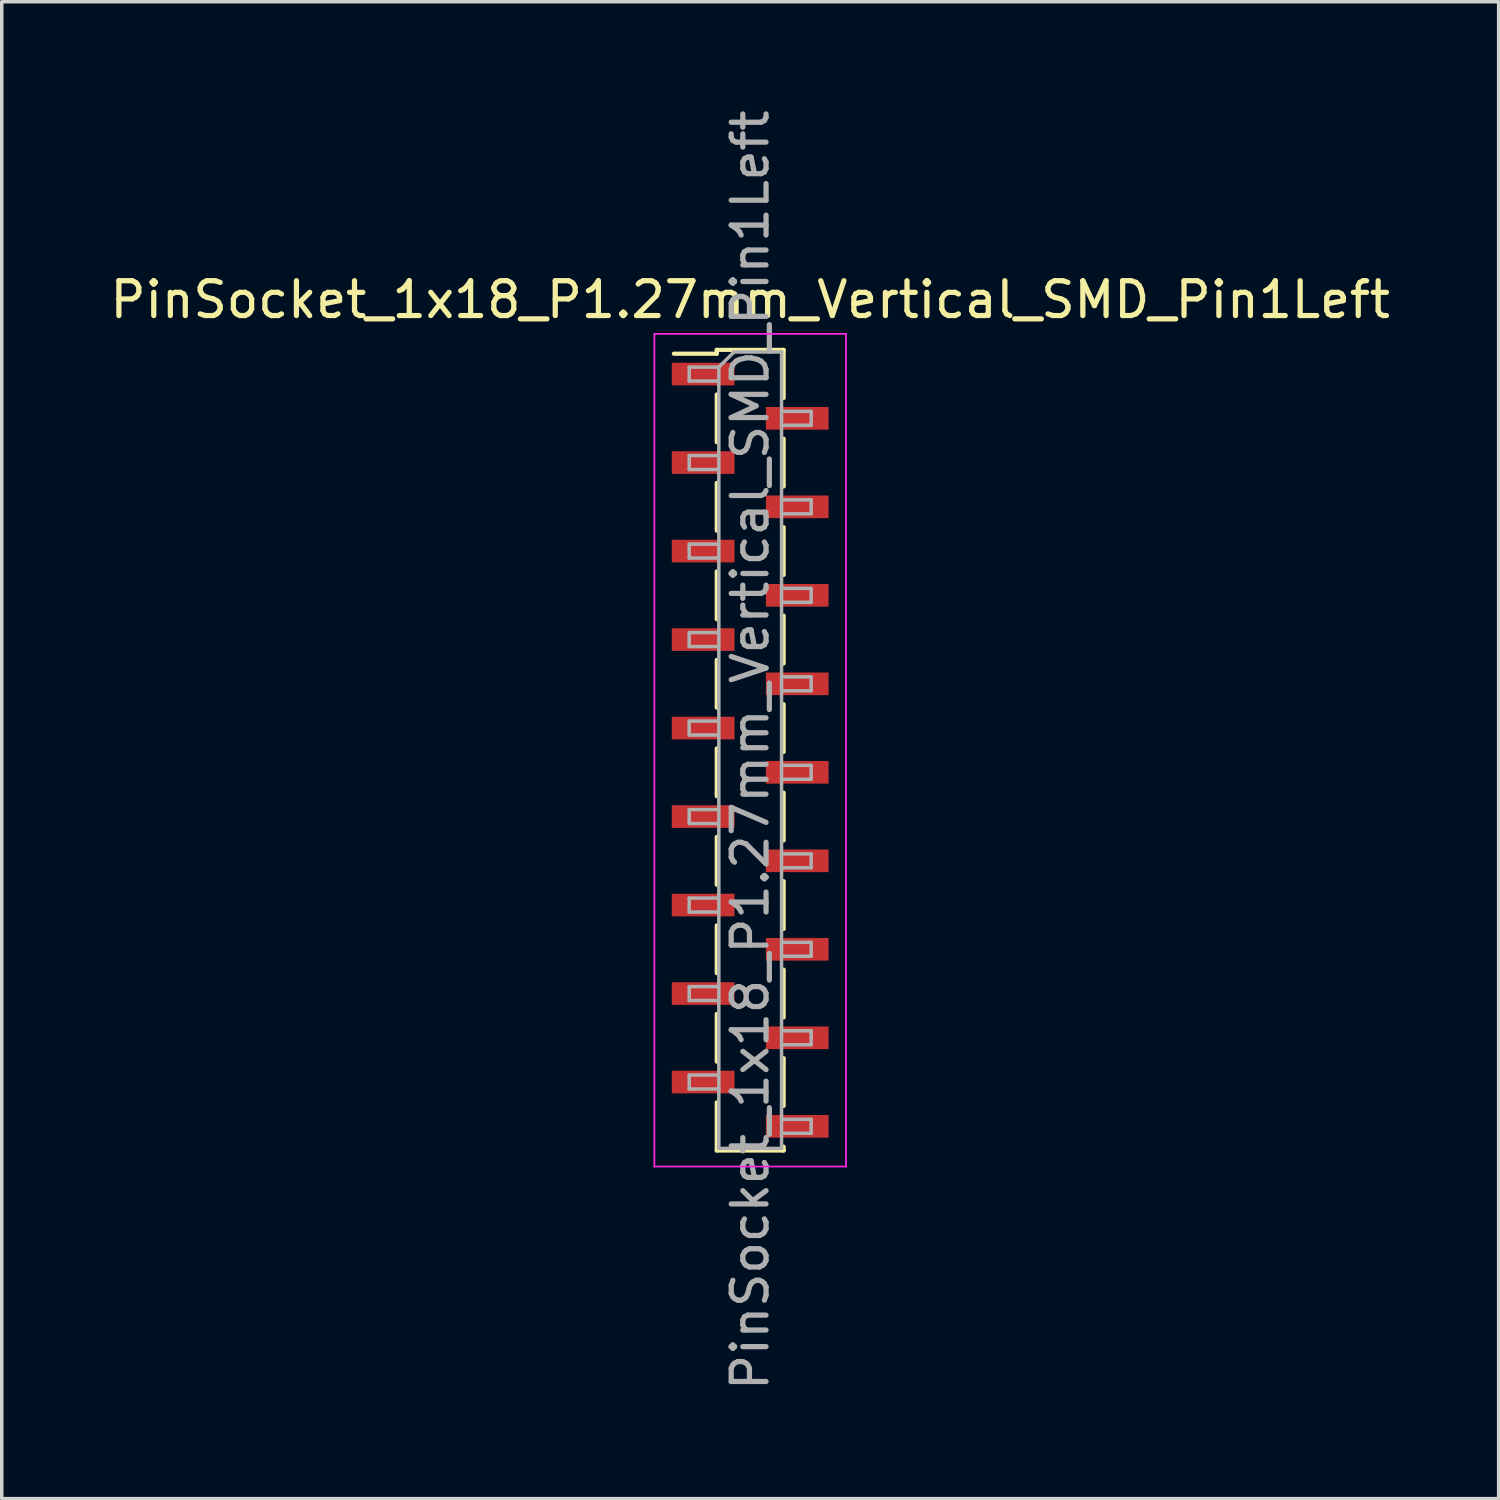
<source format=kicad_pcb>
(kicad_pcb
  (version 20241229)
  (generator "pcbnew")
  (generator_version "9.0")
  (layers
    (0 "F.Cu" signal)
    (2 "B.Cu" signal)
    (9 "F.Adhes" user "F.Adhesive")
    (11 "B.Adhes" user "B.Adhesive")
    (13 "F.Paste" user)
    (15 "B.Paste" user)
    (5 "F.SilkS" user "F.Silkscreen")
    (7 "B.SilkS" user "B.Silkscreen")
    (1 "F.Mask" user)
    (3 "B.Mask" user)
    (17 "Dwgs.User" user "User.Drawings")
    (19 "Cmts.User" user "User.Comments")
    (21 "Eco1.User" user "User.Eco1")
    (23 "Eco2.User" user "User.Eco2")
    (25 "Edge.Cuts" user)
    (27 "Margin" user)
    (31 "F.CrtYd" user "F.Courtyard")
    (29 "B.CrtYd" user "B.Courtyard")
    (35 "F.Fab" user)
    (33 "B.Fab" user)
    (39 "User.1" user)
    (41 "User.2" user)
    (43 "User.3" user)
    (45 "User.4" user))
  (footprint "PinSocket_1x18_P1.27mm_Vertical_SMD_Pin1Left"
    (layer "F.Cu")
    (at 18.482 18.482)
    (property "Reference" "PinSocket_1x18_P1.27mm_Vertical_SMD_Pin1Left" (at 0 -12.93 0) (layer "F.SilkS") (effects (font (size 1 1) (thickness 0.15))))
    (attr smd)
    (fp_line (start -2.19 -11.38) (end -0.96 -11.38) (stroke (width 0.12) (type solid)) (layer "F.SilkS"))
    (fp_line (start -0.96 -11.49) (end -0.96 -11.38) (stroke (width 0.12) (type solid)) (layer "F.SilkS"))
    (fp_line (start -0.96 -11.49) (end 0.96 -11.49) (stroke (width 0.12) (type solid)) (layer "F.SilkS"))
    (fp_line (start -0.96 -10.21) (end -0.96 -8.84) (stroke (width 0.12) (type solid)) (layer "F.SilkS"))
    (fp_line (start -0.96 -7.67) (end -0.96 -6.3) (stroke (width 0.12) (type solid)) (layer "F.SilkS"))
    (fp_line (start -0.96 -5.13) (end -0.96 -3.76) (stroke (width 0.12) (type solid)) (layer "F.SilkS"))
    (fp_line (start -0.96 -2.59) (end -0.96 -1.22) (stroke (width 0.12) (type solid)) (layer "F.SilkS"))
    (fp_line (start -0.96 -0.05) (end -0.96 1.32) (stroke (width 0.12) (type solid)) (layer "F.SilkS"))
    (fp_line (start -0.96 2.49) (end -0.96 3.86) (stroke (width 0.12) (type solid)) (layer "F.SilkS"))
    (fp_line (start -0.96 5.03) (end -0.96 6.4) (stroke (width 0.12) (type solid)) (layer "F.SilkS"))
    (fp_line (start -0.96 7.57) (end -0.96 8.94) (stroke (width 0.12) (type solid)) (layer "F.SilkS"))
    (fp_line (start -0.96 10.11) (end -0.96 11.49) (stroke (width 0.12) (type solid)) (layer "F.SilkS"))
    (fp_line (start -0.96 11.49) (end 0.96 11.49) (stroke (width 0.12) (type solid)) (layer "F.SilkS"))
    (fp_line (start 0.96 -11.49) (end 0.96 -10.11) (stroke (width 0.12) (type solid)) (layer "F.SilkS"))
    (fp_line (start 0.96 -8.94) (end 0.96 -7.57) (stroke (width 0.12) (type solid)) (layer "F.SilkS"))
    (fp_line (start 0.96 -6.4) (end 0.96 -5.03) (stroke (width 0.12) (type solid)) (layer "F.SilkS"))
    (fp_line (start 0.96 -3.86) (end 0.96 -2.49) (stroke (width 0.12) (type solid)) (layer "F.SilkS"))
    (fp_line (start 0.96 -1.32) (end 0.96 0.05) (stroke (width 0.12) (type solid)) (layer "F.SilkS"))
    (fp_line (start 0.96 1.22) (end 0.96 2.59) (stroke (width 0.12) (type solid)) (layer "F.SilkS"))
    (fp_line (start 0.96 3.76) (end 0.96 5.13) (stroke (width 0.12) (type solid)) (layer "F.SilkS"))
    (fp_line (start 0.96 6.3) (end 0.96 7.67) (stroke (width 0.12) (type solid)) (layer "F.SilkS"))
    (fp_line (start 0.96 8.84) (end 0.96 10.21) (stroke (width 0.12) (type solid)) (layer "F.SilkS"))
    (fp_line (start 0.96 11.38) (end 0.96 11.49) (stroke (width 0.12) (type solid)) (layer "F.SilkS"))
    (fp_line (start -2.75 -11.95) (end 2.75 -11.95) (stroke (width 0.05) (type solid)) (layer "F.CrtYd"))
    (fp_line (start -2.75 11.95) (end -2.75 -11.95) (stroke (width 0.05) (type solid)) (layer "F.CrtYd"))
    (fp_line (start 2.75 -11.95) (end 2.75 11.95) (stroke (width 0.05) (type solid)) (layer "F.CrtYd"))
    (fp_line (start 2.75 11.95) (end -2.75 11.95) (stroke (width 0.05) (type solid)) (layer "F.CrtYd"))
    (fp_line (start -1.75 -10.995) (end -0.9 -10.995) (stroke (width 0.1) (type solid)) (layer "F.Fab"))
    (fp_line (start -1.75 -10.595) (end -1.75 -10.995) (stroke (width 0.1) (type solid)) (layer "F.Fab"))
    (fp_line (start -1.75 -8.455) (end -0.9 -8.455) (stroke (width 0.1) (type solid)) (layer "F.Fab"))
    (fp_line (start -1.75 -8.055) (end -1.75 -8.455) (stroke (width 0.1) (type solid)) (layer "F.Fab"))
    (fp_line (start -1.75 -5.915) (end -0.9 -5.915) (stroke (width 0.1) (type solid)) (layer "F.Fab"))
    (fp_line (start -1.75 -5.515) (end -1.75 -5.915) (stroke (width 0.1) (type solid)) (layer "F.Fab"))
    (fp_line (start -1.75 -3.375) (end -0.9 -3.375) (stroke (width 0.1) (type solid)) (layer "F.Fab"))
    (fp_line (start -1.75 -2.975) (end -1.75 -3.375) (stroke (width 0.1) (type solid)) (layer "F.Fab"))
    (fp_line (start -1.75 -0.835) (end -0.9 -0.835) (stroke (width 0.1) (type solid)) (layer "F.Fab"))
    (fp_line (start -1.75 -0.435) (end -1.75 -0.835) (stroke (width 0.1) (type solid)) (layer "F.Fab"))
    (fp_line (start -1.75 1.705) (end -0.9 1.705) (stroke (width 0.1) (type solid)) (layer "F.Fab"))
    (fp_line (start -1.75 2.105) (end -1.75 1.705) (stroke (width 0.1) (type solid)) (layer "F.Fab"))
    (fp_line (start -1.75 4.245) (end -0.9 4.245) (stroke (width 0.1) (type solid)) (layer "F.Fab"))
    (fp_line (start -1.75 4.645) (end -1.75 4.245) (stroke (width 0.1) (type solid)) (layer "F.Fab"))
    (fp_line (start -1.75 6.785) (end -0.9 6.785) (stroke (width 0.1) (type solid)) (layer "F.Fab"))
    (fp_line (start -1.75 7.185) (end -1.75 6.785) (stroke (width 0.1) (type solid)) (layer "F.Fab"))
    (fp_line (start -1.75 9.325) (end -0.9 9.325) (stroke (width 0.1) (type solid)) (layer "F.Fab"))
    (fp_line (start -1.75 9.725) (end -1.75 9.325) (stroke (width 0.1) (type solid)) (layer "F.Fab"))
    (fp_line (start -0.9 -10.995) (end -0.465 -11.43) (stroke (width 0.1) (type solid)) (layer "F.Fab"))
    (fp_line (start -0.9 -10.595) (end -1.75 -10.595) (stroke (width 0.1) (type solid)) (layer "F.Fab"))
    (fp_line (start -0.9 -8.055) (end -1.75 -8.055) (stroke (width 0.1) (type solid)) (layer "F.Fab"))
    (fp_line (start -0.9 -5.515) (end -1.75 -5.515) (stroke (width 0.1) (type solid)) (layer "F.Fab"))
    (fp_line (start -0.9 -2.975) (end -1.75 -2.975) (stroke (width 0.1) (type solid)) (layer "F.Fab"))
    (fp_line (start -0.9 -0.435) (end -1.75 -0.435) (stroke (width 0.1) (type solid)) (layer "F.Fab"))
    (fp_line (start -0.9 2.105) (end -1.75 2.105) (stroke (width 0.1) (type solid)) (layer "F.Fab"))
    (fp_line (start -0.9 4.645) (end -1.75 4.645) (stroke (width 0.1) (type solid)) (layer "F.Fab"))
    (fp_line (start -0.9 7.185) (end -1.75 7.185) (stroke (width 0.1) (type solid)) (layer "F.Fab"))
    (fp_line (start -0.9 9.725) (end -1.75 9.725) (stroke (width 0.1) (type solid)) (layer "F.Fab"))
    (fp_line (start -0.9 11.43) (end -0.9 -10.995) (stroke (width 0.1) (type solid)) (layer "F.Fab"))
    (fp_line (start -0.465 -11.43) (end 0.9 -11.43) (stroke (width 0.1) (type solid)) (layer "F.Fab"))
    (fp_line (start 0.9 -11.43) (end 0.9 11.43) (stroke (width 0.1) (type solid)) (layer "F.Fab"))
    (fp_line (start 0.9 -9.725) (end 1.75 -9.725) (stroke (width 0.1) (type solid)) (layer "F.Fab"))
    (fp_line (start 0.9 -7.185) (end 1.75 -7.185) (stroke (width 0.1) (type solid)) (layer "F.Fab"))
    (fp_line (start 0.9 -4.645) (end 1.75 -4.645) (stroke (width 0.1) (type solid)) (layer "F.Fab"))
    (fp_line (start 0.9 -2.105) (end 1.75 -2.105) (stroke (width 0.1) (type solid)) (layer "F.Fab"))
    (fp_line (start 0.9 0.435) (end 1.75 0.435) (stroke (width 0.1) (type solid)) (layer "F.Fab"))
    (fp_line (start 0.9 2.975) (end 1.75 2.975) (stroke (width 0.1) (type solid)) (layer "F.Fab"))
    (fp_line (start 0.9 5.515) (end 1.75 5.515) (stroke (width 0.1) (type solid)) (layer "F.Fab"))
    (fp_line (start 0.9 8.055) (end 1.75 8.055) (stroke (width 0.1) (type solid)) (layer "F.Fab"))
    (fp_line (start 0.9 10.595) (end 1.75 10.595) (stroke (width 0.1) (type solid)) (layer "F.Fab"))
    (fp_line (start 0.9 11.43) (end -0.9 11.43) (stroke (width 0.1) (type solid)) (layer "F.Fab"))
    (fp_line (start 1.75 -9.725) (end 1.75 -9.325) (stroke (width 0.1) (type solid)) (layer "F.Fab"))
    (fp_line (start 1.75 -9.325) (end 0.9 -9.325) (stroke (width 0.1) (type solid)) (layer "F.Fab"))
    (fp_line (start 1.75 -7.185) (end 1.75 -6.785) (stroke (width 0.1) (type solid)) (layer "F.Fab"))
    (fp_line (start 1.75 -6.785) (end 0.9 -6.785) (stroke (width 0.1) (type solid)) (layer "F.Fab"))
    (fp_line (start 1.75 -4.645) (end 1.75 -4.245) (stroke (width 0.1) (type solid)) (layer "F.Fab"))
    (fp_line (start 1.75 -4.245) (end 0.9 -4.245) (stroke (width 0.1) (type solid)) (layer "F.Fab"))
    (fp_line (start 1.75 -2.105) (end 1.75 -1.705) (stroke (width 0.1) (type solid)) (layer "F.Fab"))
    (fp_line (start 1.75 -1.705) (end 0.9 -1.705) (stroke (width 0.1) (type solid)) (layer "F.Fab"))
    (fp_line (start 1.75 0.435) (end 1.75 0.835) (stroke (width 0.1) (type solid)) (layer "F.Fab"))
    (fp_line (start 1.75 0.835) (end 0.9 0.835) (stroke (width 0.1) (type solid)) (layer "F.Fab"))
    (fp_line (start 1.75 2.975) (end 1.75 3.375) (stroke (width 0.1) (type solid)) (layer "F.Fab"))
    (fp_line (start 1.75 3.375) (end 0.9 3.375) (stroke (width 0.1) (type solid)) (layer "F.Fab"))
    (fp_line (start 1.75 5.515) (end 1.75 5.915) (stroke (width 0.1) (type solid)) (layer "F.Fab"))
    (fp_line (start 1.75 5.915) (end 0.9 5.915) (stroke (width 0.1) (type solid)) (layer "F.Fab"))
    (fp_line (start 1.75 8.055) (end 1.75 8.455) (stroke (width 0.1) (type solid)) (layer "F.Fab"))
    (fp_line (start 1.75 8.455) (end 0.9 8.455) (stroke (width 0.1) (type solid)) (layer "F.Fab"))
    (fp_line (start 1.75 10.595) (end 1.75 10.995) (stroke (width 0.1) (type solid)) (layer "F.Fab"))
    (fp_line (start 1.75 10.995) (end 0.9 10.995) (stroke (width 0.1) (type solid)) (layer "F.Fab"))
    (fp_text user "${REFERENCE}" (at 0 0 90) (layer "F.Fab") (effects (font (size 1 1) (thickness 0.15))))
    (pad "1" smd rect (at -1.35 -10.795) (size 1.8 0.65) (layers "F.Cu" "F.Mask" "F.Paste"))
    (pad "2" smd rect (at 1.35 -9.525) (size 1.8 0.65) (layers "F.Cu" "F.Mask" "F.Paste"))
    (pad "3" smd rect (at -1.35 -8.255) (size 1.8 0.65) (layers "F.Cu" "F.Mask" "F.Paste"))
    (pad "4" smd rect (at 1.35 -6.985) (size 1.8 0.65) (layers "F.Cu" "F.Mask" "F.Paste"))
    (pad "5" smd rect (at -1.35 -5.715) (size 1.8 0.65) (layers "F.Cu" "F.Mask" "F.Paste"))
    (pad "6" smd rect (at 1.35 -4.445) (size 1.8 0.65) (layers "F.Cu" "F.Mask" "F.Paste"))
    (pad "7" smd rect (at -1.35 -3.175) (size 1.8 0.65) (layers "F.Cu" "F.Mask" "F.Paste"))
    (pad "8" smd rect (at 1.35 -1.905) (size 1.8 0.65) (layers "F.Cu" "F.Mask" "F.Paste"))
    (pad "9" smd rect (at -1.35 -0.635) (size 1.8 0.65) (layers "F.Cu" "F.Mask" "F.Paste"))
    (pad "10" smd rect (at 1.35 0.635) (size 1.8 0.65) (layers "F.Cu" "F.Mask" "F.Paste"))
    (pad "11" smd rect (at -1.35 1.905) (size 1.8 0.65) (layers "F.Cu" "F.Mask" "F.Paste"))
    (pad "12" smd rect (at 1.35 3.175) (size 1.8 0.65) (layers "F.Cu" "F.Mask" "F.Paste"))
    (pad "13" smd rect (at -1.35 4.445) (size 1.8 0.65) (layers "F.Cu" "F.Mask" "F.Paste"))
    (pad "14" smd rect (at 1.35 5.715) (size 1.8 0.65) (layers "F.Cu" "F.Mask" "F.Paste"))
    (pad "15" smd rect (at -1.35 6.985) (size 1.8 0.65) (layers "F.Cu" "F.Mask" "F.Paste"))
    (pad "16" smd rect (at 1.35 8.255) (size 1.8 0.65) (layers "F.Cu" "F.Mask" "F.Paste"))
    (pad "17" smd rect (at -1.35 9.525) (size 1.8 0.65) (layers "F.Cu" "F.Mask" "F.Paste"))
    (pad "18" smd rect (at 1.35 10.795) (size 1.8 0.65) (layers "F.Cu" "F.Mask" "F.Paste")))
  (gr_rect
    (start -3 -3)
    (end 39.964 39.964)
    (stroke (width 0.1) (type default))
    (fill no)
    (layer "Edge.Cuts")))
</source>
